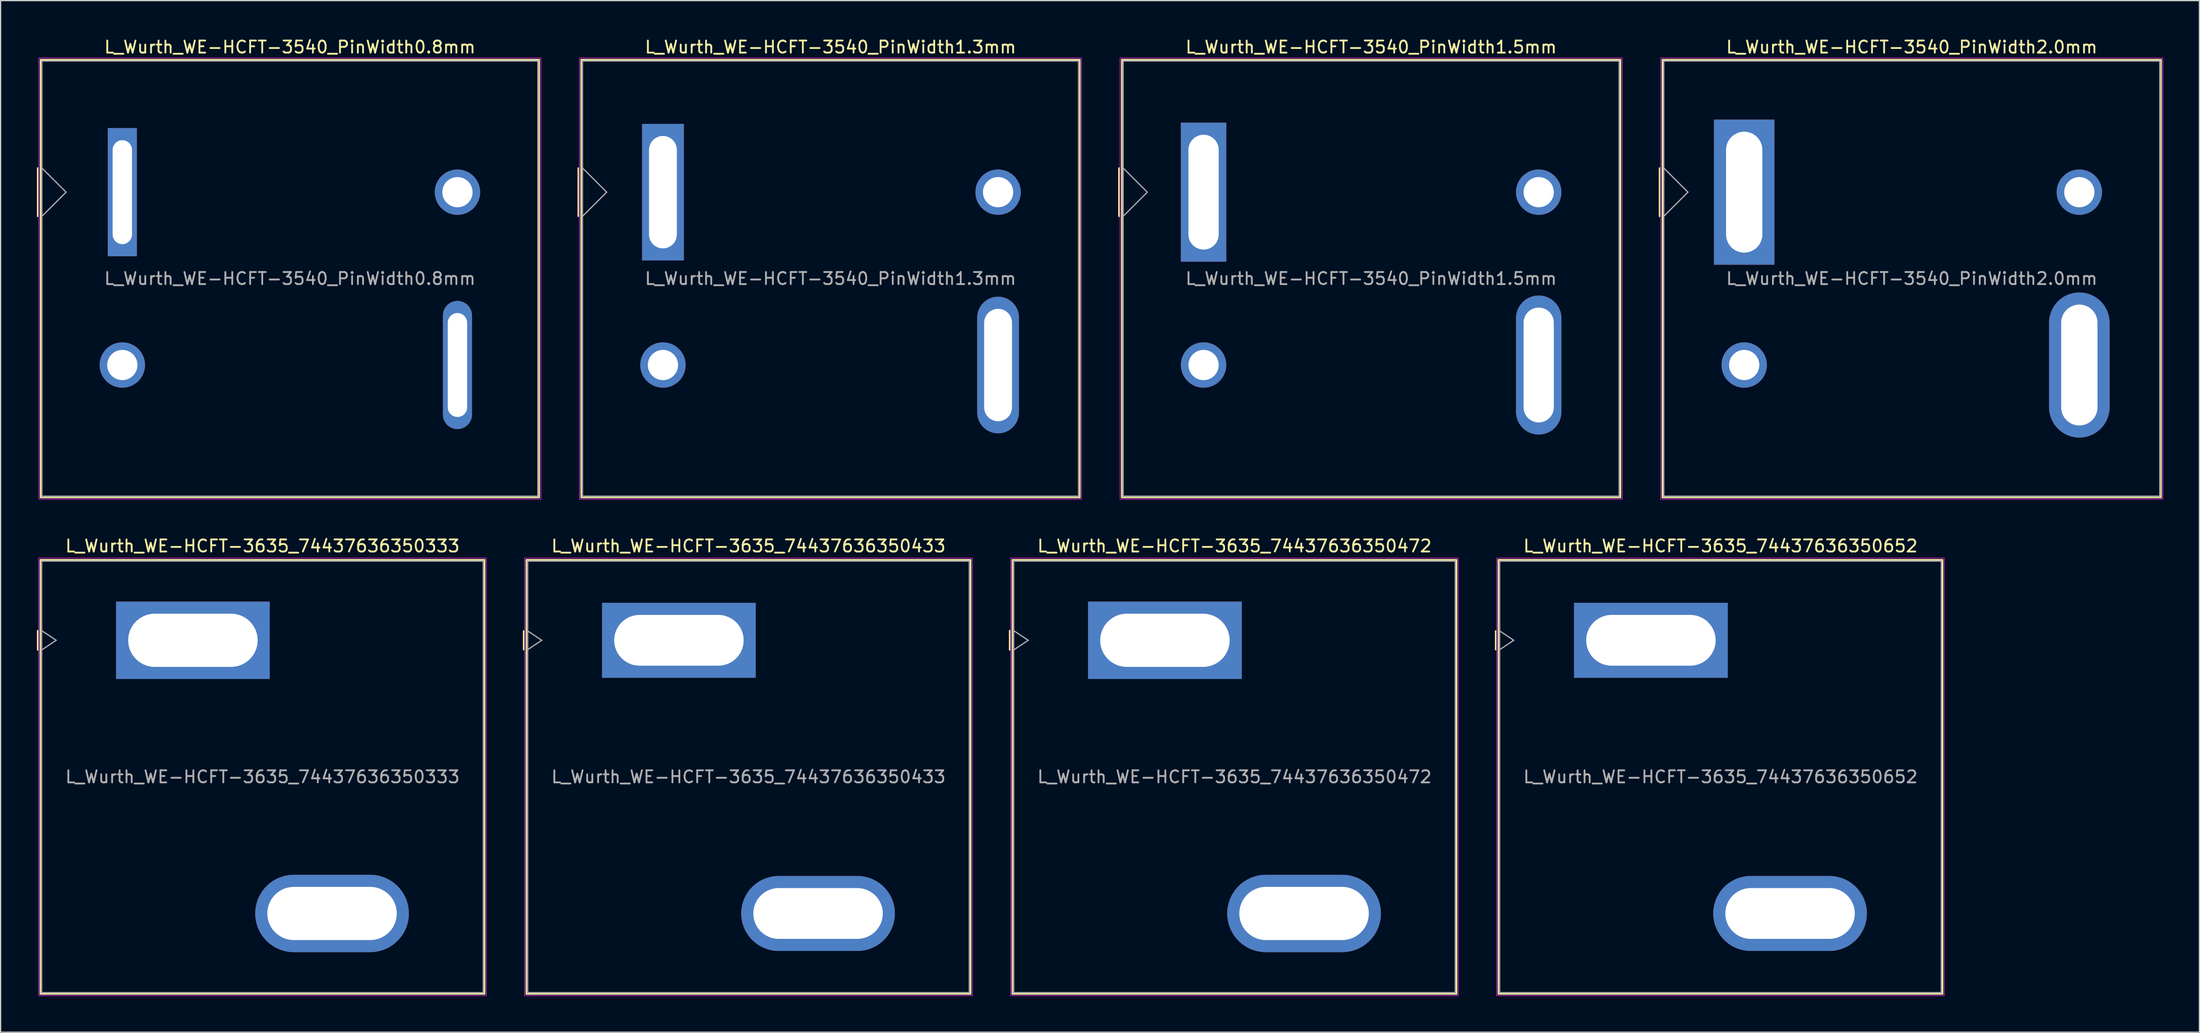
<source format=kicad_pcb>
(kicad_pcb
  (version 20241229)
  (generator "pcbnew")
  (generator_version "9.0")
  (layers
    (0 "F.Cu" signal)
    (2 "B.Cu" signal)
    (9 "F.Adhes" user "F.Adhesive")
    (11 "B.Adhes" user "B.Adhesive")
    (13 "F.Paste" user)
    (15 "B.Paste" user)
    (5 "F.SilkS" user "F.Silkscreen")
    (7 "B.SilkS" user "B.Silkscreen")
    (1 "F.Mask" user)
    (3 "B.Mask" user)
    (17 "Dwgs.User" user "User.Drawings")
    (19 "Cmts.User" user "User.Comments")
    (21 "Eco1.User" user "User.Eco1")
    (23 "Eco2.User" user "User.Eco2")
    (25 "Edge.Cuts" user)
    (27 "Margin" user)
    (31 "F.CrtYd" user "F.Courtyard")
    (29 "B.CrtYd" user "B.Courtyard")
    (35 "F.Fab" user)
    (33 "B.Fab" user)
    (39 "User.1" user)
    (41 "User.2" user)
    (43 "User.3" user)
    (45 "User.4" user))
  (footprint "L_Wurth_WE-HCFT-3635_74437636350333"
    (layer "F.Cu")
    (at 12.895 49.922)
    (property "Reference" "L_Wurth_WE-HCFT-3635_74437636350333" (at 5.75 -7.8 0) (unlocked yes) (layer "F.SilkS") (effects (font (size 1 1) (thickness 0.15))))
    (attr through_hole)
    (fp_line (start -12.835 -0.8) (end -12.835 0.8) (stroke (width 0.12) (type default)) (layer "F.SilkS"))
    (fp_rect (start -12.61 -6.66) (end 24.11 29.26) (stroke (width 0.12) (type default)) (fill no) (layer "F.SilkS"))
    (fp_rect (start -12.75 -6.8) (end 24.25 29.4) (stroke (width 0.05) (type default)) (fill no) (layer "F.CrtYd"))
    (fp_line (start -12.5 -0.8) (end -11.3 0) (stroke (width 0.1) (type default)) (layer "F.Fab"))
    (fp_line (start -12.5 0.8) (end -11.3 0) (stroke (width 0.1) (type default)) (layer "F.Fab"))
    (fp_rect (start -12.5 -6.55) (end 24 29.15) (stroke (width 0.1) (type default)) (fill no) (layer "F.Fab"))
    (fp_text user "${REFERENCE}" (at 5.75 11.3 0) (unlocked yes) (layer "F.Fab") (effects (font (size 1 1) (thickness 0.15))))
    (pad "1" thru_hole rect (at 0 0) (size 12.7 6.4) (drill oval 10.7 4.4) (layers "*.Cu" "*.Mask"))
    (pad "2" thru_hole oval (at 11.5 22.6) (size 12.7 6.4) (drill oval 10.7 4.4) (layers "*.Cu" "*.Mask")))
  (footprint "L_Wurth_WE-HCFT-3540_PinWidth1.3mm"
    (layer "F.Cu")
    (at 51.745 12.848)
    (property "Reference" "L_Wurth_WE-HCFT-3540_PinWidth1.3mm" (at 13.85 -12 0) (unlocked yes) (layer "F.SilkS") (effects (font (size 1 1) (thickness 0.15))))
    (attr through_hole)
    (fp_line (start -7 2) (end -7 -2) (stroke (width 0.12) (type solid)) (layer "F.SilkS"))
    (fp_rect (start -6.76 -10.96) (end 34.46 25.26) (stroke (width 0.12) (type solid)) (fill no) (layer "F.SilkS"))
    (fp_rect (start -6.9 -11.1) (end 34.6 25.4) (stroke (width 0.05) (type solid)) (fill no) (layer "F.CrtYd"))
    (fp_line (start -6.65 -2) (end -4.65 0) (stroke (width 0.1) (type solid)) (layer "F.Fab"))
    (fp_line (start -4.65 0) (end -6.65 2) (stroke (width 0.1) (type solid)) (layer "F.Fab"))
    (fp_rect (start -6.65 -10.85) (end 34.35 25.15) (stroke (width 0.1) (type solid)) (fill no) (layer "F.Fab"))
    (fp_text user "${REFERENCE}" (at 13.85 7.15 0) (unlocked yes) (layer "F.Fab") (effects (font (size 1 1) (thickness 0.15))))
    (pad "" thru_hole circle (at 0 14.3) (size 3.75 3.75) (drill 2.5) (layers "*.Cu" "*.Mask"))
    (pad "" thru_hole circle (at 27.7 0) (size 3.75 3.75) (drill 2.5) (layers "*.Cu" "*.Mask"))
    (pad "1" thru_hole rect (at 0 0) (size 3.45 11.3) (drill oval 2.3 9.3) (layers "*.Cu" "*.Mask"))
    (pad "2" thru_hole oval (at 27.7 14.3) (size 3.45 11.3) (drill oval 2.3 9.3) (layers "*.Cu" "*.Mask")))
  (footprint "L_Wurth_WE-HCFT-3635_74437636350652"
    (layer "F.Cu")
    (at 133.405 49.922)
    (property "Reference" "L_Wurth_WE-HCFT-3635_74437636350652" (at 5.75 -7.8 0) (unlocked yes) (layer "F.SilkS") (effects (font (size 1 1) (thickness 0.15))))
    (attr through_hole)
    (fp_line (start -12.835 -0.775) (end -12.835 0.775) (stroke (width 0.12) (type default)) (layer "F.SilkS"))
    (fp_rect (start -12.61 -6.66) (end 24.11 29.26) (stroke (width 0.12) (type default)) (fill no) (layer "F.SilkS"))
    (fp_rect (start -12.75 -6.8) (end 24.25 29.4) (stroke (width 0.05) (type default)) (fill no) (layer "F.CrtYd"))
    (fp_line (start -12.5 -0.775) (end -11.338 0) (stroke (width 0.1) (type default)) (layer "F.Fab"))
    (fp_line (start -12.5 0.775) (end -11.338 0) (stroke (width 0.1) (type default)) (layer "F.Fab"))
    (fp_rect (start -12.5 -6.55) (end 24 29.15) (stroke (width 0.1) (type default)) (fill no) (layer "F.Fab"))
    (fp_text user "${REFERENCE}" (at 5.75 11.3 0) (unlocked yes) (layer "F.Fab") (effects (font (size 1 1) (thickness 0.15))))
    (pad "1" thru_hole rect (at 0 0) (size 12.7 6.2) (drill oval 10.7 4.2) (layers "*.Cu" "*.Mask"))
    (pad "2" thru_hole oval (at 11.5 22.6) (size 12.7 6.2) (drill oval 10.7 4.2) (layers "*.Cu" "*.Mask")))
  (footprint "L_Wurth_WE-HCFT-3635_74437636350472"
    (layer "F.Cu")
    (at 93.235 49.922)
    (property "Reference" "L_Wurth_WE-HCFT-3635_74437636350472" (at 5.75 -7.8 0) (unlocked yes) (layer "F.SilkS") (effects (font (size 1 1) (thickness 0.15))))
    (attr through_hole)
    (fp_line (start -12.835 -0.8) (end -12.835 0.8) (stroke (width 0.12) (type default)) (layer "F.SilkS"))
    (fp_rect (start -12.61 -6.66) (end 24.11 29.26) (stroke (width 0.12) (type default)) (fill no) (layer "F.SilkS"))
    (fp_rect (start -12.75 -6.8) (end 24.25 29.4) (stroke (width 0.05) (type default)) (fill no) (layer "F.CrtYd"))
    (fp_line (start -12.5 -0.8) (end -11.3 0) (stroke (width 0.1) (type default)) (layer "F.Fab"))
    (fp_line (start -12.5 0.8) (end -11.3 0) (stroke (width 0.1) (type default)) (layer "F.Fab"))
    (fp_rect (start -12.5 -6.55) (end 24 29.15) (stroke (width 0.1) (type default)) (fill no) (layer "F.Fab"))
    (fp_text user "${REFERENCE}" (at 5.75 11.3 0) (unlocked yes) (layer "F.Fab") (effects (font (size 1 1) (thickness 0.15))))
    (pad "1" thru_hole rect (at 0 0) (size 12.7 6.4) (drill oval 10.7 4.4) (layers "*.Cu" "*.Mask"))
    (pad "2" thru_hole oval (at 11.5 22.6) (size 12.7 6.4) (drill oval 10.7 4.4) (layers "*.Cu" "*.Mask")))
  (footprint "L_Wurth_WE-HCFT-3540_PinWidth1.5mm"
    (layer "F.Cu")
    (at 96.43 12.848)
    (property "Reference" "L_Wurth_WE-HCFT-3540_PinWidth1.5mm" (at 13.85 -12 0) (unlocked yes) (layer "F.SilkS") (effects (font (size 1 1) (thickness 0.15))))
    (attr through_hole)
    (fp_line (start -7 2) (end -7 -2) (stroke (width 0.12) (type solid)) (layer "F.SilkS"))
    (fp_rect (start -6.76 -10.96) (end 34.46 25.26) (stroke (width 0.12) (type solid)) (fill no) (layer "F.SilkS"))
    (fp_rect (start -6.9 -11.1) (end 34.6 25.4) (stroke (width 0.05) (type solid)) (fill no) (layer "F.CrtYd"))
    (fp_line (start -6.65 -2) (end -4.65 0) (stroke (width 0.1) (type solid)) (layer "F.Fab"))
    (fp_line (start -4.65 0) (end -6.65 2) (stroke (width 0.1) (type solid)) (layer "F.Fab"))
    (fp_rect (start -6.65 -10.85) (end 34.35 25.15) (stroke (width 0.1) (type solid)) (fill no) (layer "F.Fab"))
    (fp_text user "${REFERENCE}" (at 13.85 7.15 0) (unlocked yes) (layer "F.Fab") (effects (font (size 1 1) (thickness 0.15))))
    (pad "" thru_hole circle (at 0 14.3) (size 3.75 3.75) (drill 2.5) (layers "*.Cu" "*.Mask"))
    (pad "" thru_hole circle (at 27.7 0) (size 3.75 3.75) (drill 2.5) (layers "*.Cu" "*.Mask"))
    (pad "1" thru_hole rect (at 0 0) (size 3.75 11.5) (drill oval 2.5 9.5) (layers "*.Cu" "*.Mask"))
    (pad "2" thru_hole oval (at 27.7 14.3) (size 3.75 11.5) (drill oval 2.5 9.5) (layers "*.Cu" "*.Mask")))
  (footprint "L_Wurth_WE-HCFT-3635_74437636350433"
    (layer "F.Cu")
    (at 53.065 49.922)
    (property "Reference" "L_Wurth_WE-HCFT-3635_74437636350433" (at 5.75 -7.8 0) (unlocked yes) (layer "F.SilkS") (effects (font (size 1 1) (thickness 0.15))))
    (attr through_hole)
    (fp_line (start -12.835 -0.775) (end -12.835 0.775) (stroke (width 0.12) (type default)) (layer "F.SilkS"))
    (fp_rect (start -12.61 -6.66) (end 24.11 29.26) (stroke (width 0.12) (type default)) (fill no) (layer "F.SilkS"))
    (fp_rect (start -12.75 -6.8) (end 24.25 29.4) (stroke (width 0.05) (type default)) (fill no) (layer "F.CrtYd"))
    (fp_line (start -12.5 -0.775) (end -11.338 0) (stroke (width 0.1) (type default)) (layer "F.Fab"))
    (fp_line (start -12.5 0.775) (end -11.338 0) (stroke (width 0.1) (type default)) (layer "F.Fab"))
    (fp_rect (start -12.5 -6.55) (end 24 29.15) (stroke (width 0.1) (type default)) (fill no) (layer "F.Fab"))
    (fp_text user "${REFERENCE}" (at 5.75 11.3 0) (unlocked yes) (layer "F.Fab") (effects (font (size 1 1) (thickness 0.15))))
    (pad "1" thru_hole rect (at 0 0) (size 12.7 6.2) (drill oval 10.7 4.2) (layers "*.Cu" "*.Mask"))
    (pad "2" thru_hole oval (at 11.5 22.6) (size 12.7 6.2) (drill oval 10.7 4.2) (layers "*.Cu" "*.Mask")))
  (footprint "L_Wurth_WE-HCFT-3540_PinWidth0.8mm"
    (layer "F.Cu")
    (at 7.06 12.848)
    (property "Reference" "L_Wurth_WE-HCFT-3540_PinWidth0.8mm" (at 13.85 -12 0) (unlocked yes) (layer "F.SilkS") (effects (font (size 1 1) (thickness 0.15))))
    (attr through_hole)
    (fp_line (start -7 2) (end -7 -2) (stroke (width 0.12) (type solid)) (layer "F.SilkS"))
    (fp_rect (start -6.76 -10.96) (end 34.46 25.26) (stroke (width 0.12) (type solid)) (fill no) (layer "F.SilkS"))
    (fp_rect (start -6.9 -11.1) (end 34.6 25.4) (stroke (width 0.05) (type solid)) (fill no) (layer "F.CrtYd"))
    (fp_line (start -6.65 -2) (end -4.65 0) (stroke (width 0.1) (type solid)) (layer "F.Fab"))
    (fp_line (start -4.65 0) (end -6.65 2) (stroke (width 0.1) (type solid)) (layer "F.Fab"))
    (fp_rect (start -6.65 -10.85) (end 34.35 25.15) (stroke (width 0.1) (type solid)) (fill no) (layer "F.Fab"))
    (fp_text user "${REFERENCE}" (at 13.85 7.15 0) (unlocked yes) (layer "F.Fab") (effects (font (size 1 1) (thickness 0.15))))
    (pad "" thru_hole circle (at 0 14.3) (size 3.75 3.75) (drill 2.5) (layers "*.Cu" "*.Mask"))
    (pad "" thru_hole circle (at 27.7 0) (size 3.75 3.75) (drill 2.5) (layers "*.Cu" "*.Mask"))
    (pad "1" thru_hole rect (at 0 0) (size 2.4 10.6) (drill oval 1.6 8.6) (layers "*.Cu" "*.Mask"))
    (pad "2" thru_hole oval (at 27.7 14.3) (size 2.4 10.6) (drill oval 1.6 8.6) (layers "*.Cu" "*.Mask")))
  (footprint "L_Wurth_WE-HCFT-3540_PinWidth2.0mm"
    (layer "F.Cu")
    (at 141.115 12.848)
    (property "Reference" "L_Wurth_WE-HCFT-3540_PinWidth2.0mm" (at 13.85 -12 0) (unlocked yes) (layer "F.SilkS") (effects (font (size 1 1) (thickness 0.15))))
    (attr through_hole)
    (fp_line (start -7 2) (end -7 -2) (stroke (width 0.12) (type solid)) (layer "F.SilkS"))
    (fp_rect (start -6.76 -10.96) (end 34.46 25.26) (stroke (width 0.12) (type solid)) (fill no) (layer "F.SilkS"))
    (fp_rect (start -6.9 -11.1) (end 34.6 25.4) (stroke (width 0.05) (type solid)) (fill no) (layer "F.CrtYd"))
    (fp_line (start -6.65 -2) (end -4.65 0) (stroke (width 0.1) (type solid)) (layer "F.Fab"))
    (fp_line (start -4.65 0) (end -6.65 2) (stroke (width 0.1) (type solid)) (layer "F.Fab"))
    (fp_rect (start -6.65 -10.85) (end 34.35 25.15) (stroke (width 0.1) (type solid)) (fill no) (layer "F.Fab"))
    (fp_text user "${REFERENCE}" (at 13.85 7.15 0) (unlocked yes) (layer "F.Fab") (effects (font (size 1 1) (thickness 0.15))))
    (pad "" thru_hole circle (at 0 14.3) (size 3.75 3.75) (drill 2.5) (layers "*.Cu" "*.Mask"))
    (pad "" thru_hole circle (at 27.7 0) (size 3.75 3.75) (drill 2.5) (layers "*.Cu" "*.Mask"))
    (pad "1" thru_hole rect (at 0 0) (size 5 12) (drill oval 3 10) (layers "*.Cu" "*.Mask"))
    (pad "2" thru_hole oval (at 27.7 14.3) (size 5 12) (drill oval 3 10) (layers "*.Cu" "*.Mask")))
  (gr_rect
    (start -3 -3)
    (end 178.74 82.347)
    (stroke (width 0.1) (type default))
    (fill no)
    (layer "Edge.Cuts")))
</source>
